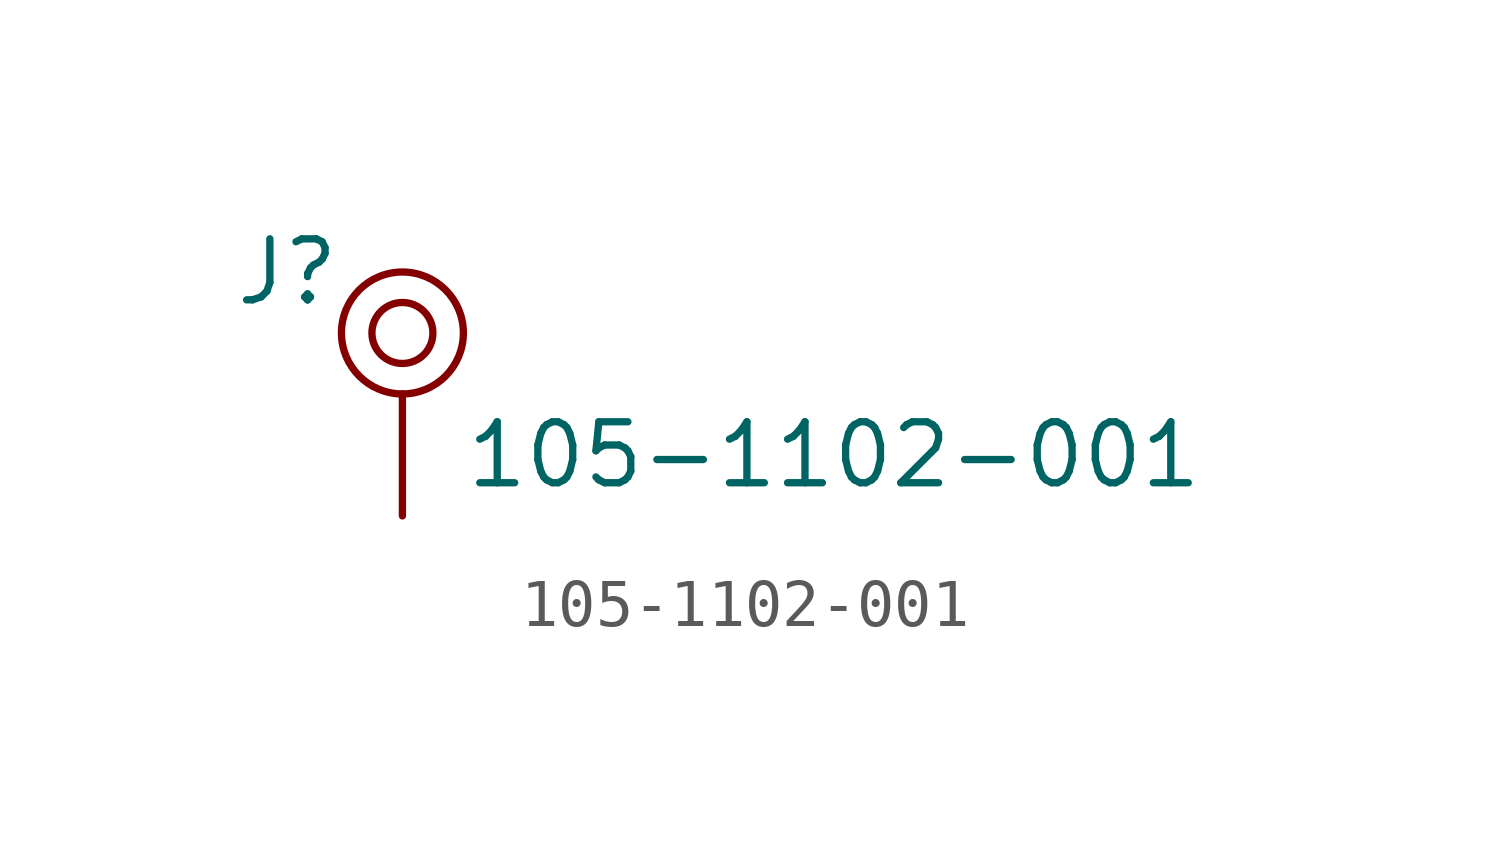
<source format=kicad_sym>
(kicad_symbol_lib
  (version 20231120)
  (generator "kicad_symbol_editor")
  (generator_version "8.0")
  (symbol "105-1102-001"
    (pin_numbers hide)
    (pin_names
      (offset 1.016) hide)
    (property "Reference" "J"
      (at -1.27 1.27 0)
      (effects (font (size 1.27 1.27)) (justify right)))
    (property "Value" "105-1102-001"
      (at 1.27 -2.54 0)
      (effects (font (size 1.27 1.27)) (justify left)))
    (symbol "105-1102-001_0_1"
      (circle (center 0 0) (radius 1.27) (stroke (width 0) (type solid)) (fill (type none))))
    (symbol "105-1102-001_1_1"
      (circle (center 0 0) (radius 0.635) (stroke (width 0) (type solid)) (fill (type none)))
      (pin passive line (at 0 -3.81 90) (length 2.54) (name "~" (effects (font (size 1.27 1.27)))) (number "1" (effects (font (size 1.27 1.27))))))))
</source>
